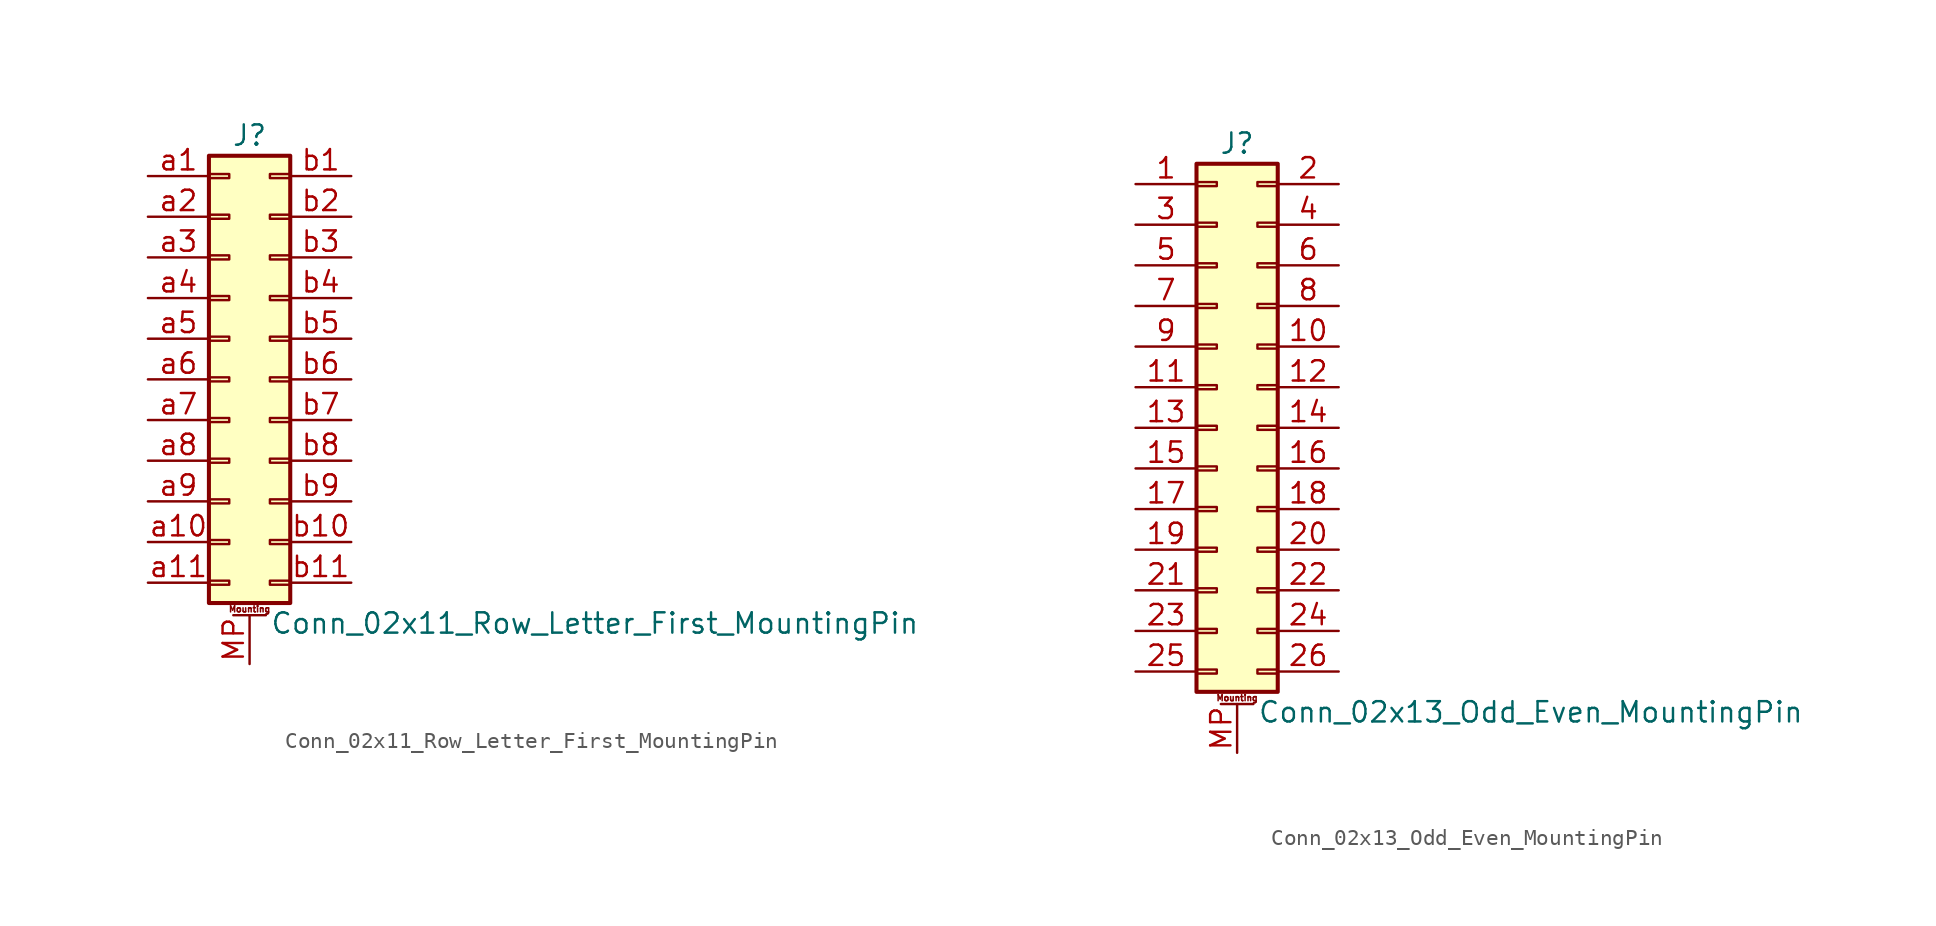
<source format=kicad_sym>
(kicad_symbol_lib
  (version 20201005)
  (generator kicad_symbol_editor)
  (symbol "Connector_Generic_MountingPin:Conn_02x11_Row_Letter_First_MountingPin"
    (pin_names
      (offset 1.016) hide)
    (property "Reference" "J"
      (at 1.27 15.24 0)
      (effects (font (size 1.27 1.27))))
    (property "Value" "Conn_02x11_Row_Letter_First_MountingPin"
      (at 2.54 -15.24 0)
      (effects (font (size 1.27 1.27)) (justify left)))
    (symbol "Conn_02x11_Row_Letter_First_MountingPin_1_1"
      (text "Mounting" (at 1.27 -14.351 0) (effects (font (size 0.381 0.381))))
      (rectangle (start -1.27 -4.953) (end 0 -5.207) (stroke (width 0.152)) (fill (type none)))
      (rectangle (start -1.27 -7.493) (end 0 -7.747) (stroke (width 0.152)) (fill (type none)))
      (rectangle (start -1.27 -10.033) (end 0 -10.287) (stroke (width 0.152)) (fill (type none)))
      (rectangle (start -1.27 -12.573) (end 0 -12.827) (stroke (width 0.152)) (fill (type none)))
      (rectangle (start -1.27 -2.413) (end 0 -2.667) (stroke (width 0.152)) (fill (type none)))
      (rectangle (start -1.27 2.667) (end 0 2.413) (stroke (width 0.152)) (fill (type none)))
      (rectangle (start -1.27 5.207) (end 0 4.953) (stroke (width 0.152)) (fill (type none)))
      (rectangle (start -1.27 7.747) (end 0 7.493) (stroke (width 0.152)) (fill (type none)))
      (rectangle (start -1.27 10.287) (end 0 10.033) (stroke (width 0.152)) (fill (type none)))
      (rectangle (start -1.27 0.127) (end 0 -0.127) (stroke (width 0.152)) (fill (type none)))
      (rectangle (start -1.27 12.827) (end 0 12.573) (stroke (width 0.152)) (fill (type none)))
      (rectangle (start -1.27 13.97) (end 3.81 -13.97) (stroke (width 0.254)) (fill (type background)))
      (rectangle (start 3.81 -4.953) (end 2.54 -5.207) (stroke (width 0.152)) (fill (type none)))
      (rectangle (start 3.81 -7.493) (end 2.54 -7.747) (stroke (width 0.152)) (fill (type none)))
      (rectangle (start 3.81 -10.033) (end 2.54 -10.287) (stroke (width 0.152)) (fill (type none)))
      (rectangle (start 3.81 -12.573) (end 2.54 -12.827) (stroke (width 0.152)) (fill (type none)))
      (rectangle (start 3.81 -2.413) (end 2.54 -2.667) (stroke (width 0.152)) (fill (type none)))
      (rectangle (start 3.81 2.667) (end 2.54 2.413) (stroke (width 0.152)) (fill (type none)))
      (rectangle (start 3.81 5.207) (end 2.54 4.953) (stroke (width 0.152)) (fill (type none)))
      (rectangle (start 3.81 7.747) (end 2.54 7.493) (stroke (width 0.152)) (fill (type none)))
      (rectangle (start 3.81 10.287) (end 2.54 10.033) (stroke (width 0.152)) (fill (type none)))
      (rectangle (start 3.81 0.127) (end 2.54 -0.127) (stroke (width 0.152)) (fill (type none)))
      (rectangle (start 3.81 12.827) (end 2.54 12.573) (stroke (width 0.152)) (fill (type none)))
      (polyline (pts (xy 0.254 -14.732) (xy 2.286 -14.732)) (stroke (width 0.152)) (fill (type none)))
      (pin passive line (at 1.27 -17.78 90) (length 3.048) (name "MountPin" (effects (font (size 1.27 1.27)))) (number "MP" (effects (font (size 1.27 1.27)))))
      (pin passive line (at -5.08 12.7 0) (length 3.81) (name "Pin_a1" (effects (font (size 1.27 1.27)))) (number "a1" (effects (font (size 1.27 1.27)))))
      (pin passive line (at -5.08 -10.16 0) (length 3.81) (name "Pin_a10" (effects (font (size 1.27 1.27)))) (number "a10" (effects (font (size 1.27 1.27)))))
      (pin passive line (at -5.08 -12.7 0) (length 3.81) (name "Pin_a11" (effects (font (size 1.27 1.27)))) (number "a11" (effects (font (size 1.27 1.27)))))
      (pin passive line (at -5.08 10.16 0) (length 3.81) (name "Pin_a2" (effects (font (size 1.27 1.27)))) (number "a2" (effects (font (size 1.27 1.27)))))
      (pin passive line (at -5.08 7.62 0) (length 3.81) (name "Pin_a3" (effects (font (size 1.27 1.27)))) (number "a3" (effects (font (size 1.27 1.27)))))
      (pin passive line (at -5.08 5.08 0) (length 3.81) (name "Pin_a4" (effects (font (size 1.27 1.27)))) (number "a4" (effects (font (size 1.27 1.27)))))
      (pin passive line (at -5.08 2.54 0) (length 3.81) (name "Pin_a5" (effects (font (size 1.27 1.27)))) (number "a5" (effects (font (size 1.27 1.27)))))
      (pin passive line (at -5.08 0 0) (length 3.81) (name "Pin_a6" (effects (font (size 1.27 1.27)))) (number "a6" (effects (font (size 1.27 1.27)))))
      (pin passive line (at -5.08 -2.54 0) (length 3.81) (name "Pin_a7" (effects (font (size 1.27 1.27)))) (number "a7" (effects (font (size 1.27 1.27)))))
      (pin passive line (at -5.08 -5.08 0) (length 3.81) (name "Pin_a8" (effects (font (size 1.27 1.27)))) (number "a8" (effects (font (size 1.27 1.27)))))
      (pin passive line (at -5.08 -7.62 0) (length 3.81) (name "Pin_a9" (effects (font (size 1.27 1.27)))) (number "a9" (effects (font (size 1.27 1.27)))))
      (pin passive line (at 7.62 12.7 180) (length 3.81) (name "Pin_b1" (effects (font (size 1.27 1.27)))) (number "b1" (effects (font (size 1.27 1.27)))))
      (pin passive line (at 7.62 -10.16 180) (length 3.81) (name "Pin_b10" (effects (font (size 1.27 1.27)))) (number "b10" (effects (font (size 1.27 1.27)))))
      (pin passive line (at 7.62 -12.7 180) (length 3.81) (name "Pin_b11" (effects (font (size 1.27 1.27)))) (number "b11" (effects (font (size 1.27 1.27)))))
      (pin passive line (at 7.62 10.16 180) (length 3.81) (name "Pin_b2" (effects (font (size 1.27 1.27)))) (number "b2" (effects (font (size 1.27 1.27)))))
      (pin passive line (at 7.62 7.62 180) (length 3.81) (name "Pin_b3" (effects (font (size 1.27 1.27)))) (number "b3" (effects (font (size 1.27 1.27)))))
      (pin passive line (at 7.62 5.08 180) (length 3.81) (name "Pin_b4" (effects (font (size 1.27 1.27)))) (number "b4" (effects (font (size 1.27 1.27)))))
      (pin passive line (at 7.62 2.54 180) (length 3.81) (name "Pin_b5" (effects (font (size 1.27 1.27)))) (number "b5" (effects (font (size 1.27 1.27)))))
      (pin passive line (at 7.62 0 180) (length 3.81) (name "Pin_b6" (effects (font (size 1.27 1.27)))) (number "b6" (effects (font (size 1.27 1.27)))))
      (pin passive line (at 7.62 -2.54 180) (length 3.81) (name "Pin_b7" (effects (font (size 1.27 1.27)))) (number "b7" (effects (font (size 1.27 1.27)))))
      (pin passive line (at 7.62 -5.08 180) (length 3.81) (name "Pin_b8" (effects (font (size 1.27 1.27)))) (number "b8" (effects (font (size 1.27 1.27)))))
      (pin passive line (at 7.62 -7.62 180) (length 3.81) (name "Pin_b9" (effects (font (size 1.27 1.27)))) (number "b9" (effects (font (size 1.27 1.27)))))))
  (symbol "Connector_Generic_MountingPin:Conn_02x13_Odd_Even_MountingPin"
    (pin_names
      (offset 1.016) hide)
    (property "Reference" "J"
      (at 1.27 17.78 0)
      (effects (font (size 1.27 1.27))))
    (property "Value" "Conn_02x13_Odd_Even_MountingPin"
      (at 2.54 -17.78 0)
      (effects (font (size 1.27 1.27)) (justify left)))
    (symbol "Conn_02x13_Odd_Even_MountingPin_1_1"
      (text "Mounting" (at 1.27 -16.891 0) (effects (font (size 0.381 0.381))))
      (rectangle (start -1.27 -4.953) (end 0 -5.207) (stroke (width 0.152)) (fill (type none)))
      (rectangle (start -1.27 -7.493) (end 0 -7.747) (stroke (width 0.152)) (fill (type none)))
      (rectangle (start -1.27 -10.033) (end 0 -10.287) (stroke (width 0.152)) (fill (type none)))
      (rectangle (start -1.27 -12.573) (end 0 -12.827) (stroke (width 0.152)) (fill (type none)))
      (rectangle (start -1.27 -15.113) (end 0 -15.367) (stroke (width 0.152)) (fill (type none)))
      (rectangle (start -1.27 -2.413) (end 0 -2.667) (stroke (width 0.152)) (fill (type none)))
      (rectangle (start -1.27 2.667) (end 0 2.413) (stroke (width 0.152)) (fill (type none)))
      (rectangle (start -1.27 5.207) (end 0 4.953) (stroke (width 0.152)) (fill (type none)))
      (rectangle (start -1.27 7.747) (end 0 7.493) (stroke (width 0.152)) (fill (type none)))
      (rectangle (start -1.27 10.287) (end 0 10.033) (stroke (width 0.152)) (fill (type none)))
      (rectangle (start -1.27 0.127) (end 0 -0.127) (stroke (width 0.152)) (fill (type none)))
      (rectangle (start -1.27 12.827) (end 0 12.573) (stroke (width 0.152)) (fill (type none)))
      (rectangle (start -1.27 15.367) (end 0 15.113) (stroke (width 0.152)) (fill (type none)))
      (rectangle (start -1.27 16.51) (end 3.81 -16.51) (stroke (width 0.254)) (fill (type background)))
      (rectangle (start 3.81 -4.953) (end 2.54 -5.207) (stroke (width 0.152)) (fill (type none)))
      (rectangle (start 3.81 -7.493) (end 2.54 -7.747) (stroke (width 0.152)) (fill (type none)))
      (rectangle (start 3.81 -10.033) (end 2.54 -10.287) (stroke (width 0.152)) (fill (type none)))
      (rectangle (start 3.81 -12.573) (end 2.54 -12.827) (stroke (width 0.152)) (fill (type none)))
      (rectangle (start 3.81 -15.113) (end 2.54 -15.367) (stroke (width 0.152)) (fill (type none)))
      (rectangle (start 3.81 -2.413) (end 2.54 -2.667) (stroke (width 0.152)) (fill (type none)))
      (rectangle (start 3.81 2.667) (end 2.54 2.413) (stroke (width 0.152)) (fill (type none)))
      (rectangle (start 3.81 5.207) (end 2.54 4.953) (stroke (width 0.152)) (fill (type none)))
      (rectangle (start 3.81 7.747) (end 2.54 7.493) (stroke (width 0.152)) (fill (type none)))
      (rectangle (start 3.81 10.287) (end 2.54 10.033) (stroke (width 0.152)) (fill (type none)))
      (rectangle (start 3.81 0.127) (end 2.54 -0.127) (stroke (width 0.152)) (fill (type none)))
      (rectangle (start 3.81 12.827) (end 2.54 12.573) (stroke (width 0.152)) (fill (type none)))
      (rectangle (start 3.81 15.367) (end 2.54 15.113) (stroke (width 0.152)) (fill (type none)))
      (polyline (pts (xy 0.254 -17.272) (xy 2.286 -17.272)) (stroke (width 0.152)) (fill (type none)))
      (pin passive line (at 1.27 -20.32 90) (length 3.048) (name "MountPin" (effects (font (size 1.27 1.27)))) (number "MP" (effects (font (size 1.27 1.27)))))
      (pin passive line (at -5.08 15.24 0) (length 3.81) (name "Pin_1" (effects (font (size 1.27 1.27)))) (number "1" (effects (font (size 1.27 1.27)))))
      (pin passive line (at 7.62 5.08 180) (length 3.81) (name "Pin_10" (effects (font (size 1.27 1.27)))) (number "10" (effects (font (size 1.27 1.27)))))
      (pin passive line (at -5.08 2.54 0) (length 3.81) (name "Pin_11" (effects (font (size 1.27 1.27)))) (number "11" (effects (font (size 1.27 1.27)))))
      (pin passive line (at 7.62 2.54 180) (length 3.81) (name "Pin_12" (effects (font (size 1.27 1.27)))) (number "12" (effects (font (size 1.27 1.27)))))
      (pin passive line (at -5.08 0 0) (length 3.81) (name "Pin_13" (effects (font (size 1.27 1.27)))) (number "13" (effects (font (size 1.27 1.27)))))
      (pin passive line (at 7.62 0 180) (length 3.81) (name "Pin_14" (effects (font (size 1.27 1.27)))) (number "14" (effects (font (size 1.27 1.27)))))
      (pin passive line (at -5.08 -2.54 0) (length 3.81) (name "Pin_15" (effects (font (size 1.27 1.27)))) (number "15" (effects (font (size 1.27 1.27)))))
      (pin passive line (at 7.62 -2.54 180) (length 3.81) (name "Pin_16" (effects (font (size 1.27 1.27)))) (number "16" (effects (font (size 1.27 1.27)))))
      (pin passive line (at -5.08 -5.08 0) (length 3.81) (name "Pin_17" (effects (font (size 1.27 1.27)))) (number "17" (effects (font (size 1.27 1.27)))))
      (pin passive line (at 7.62 -5.08 180) (length 3.81) (name "Pin_18" (effects (font (size 1.27 1.27)))) (number "18" (effects (font (size 1.27 1.27)))))
      (pin passive line (at -5.08 -7.62 0) (length 3.81) (name "Pin_19" (effects (font (size 1.27 1.27)))) (number "19" (effects (font (size 1.27 1.27)))))
      (pin passive line (at 7.62 15.24 180) (length 3.81) (name "Pin_2" (effects (font (size 1.27 1.27)))) (number "2" (effects (font (size 1.27 1.27)))))
      (pin passive line (at 7.62 -7.62 180) (length 3.81) (name "Pin_20" (effects (font (size 1.27 1.27)))) (number "20" (effects (font (size 1.27 1.27)))))
      (pin passive line (at -5.08 -10.16 0) (length 3.81) (name "Pin_21" (effects (font (size 1.27 1.27)))) (number "21" (effects (font (size 1.27 1.27)))))
      (pin passive line (at 7.62 -10.16 180) (length 3.81) (name "Pin_22" (effects (font (size 1.27 1.27)))) (number "22" (effects (font (size 1.27 1.27)))))
      (pin passive line (at -5.08 -12.7 0) (length 3.81) (name "Pin_23" (effects (font (size 1.27 1.27)))) (number "23" (effects (font (size 1.27 1.27)))))
      (pin passive line (at 7.62 -12.7 180) (length 3.81) (name "Pin_24" (effects (font (size 1.27 1.27)))) (number "24" (effects (font (size 1.27 1.27)))))
      (pin passive line (at -5.08 -15.24 0) (length 3.81) (name "Pin_25" (effects (font (size 1.27 1.27)))) (number "25" (effects (font (size 1.27 1.27)))))
      (pin passive line (at 7.62 -15.24 180) (length 3.81) (name "Pin_26" (effects (font (size 1.27 1.27)))) (number "26" (effects (font (size 1.27 1.27)))))
      (pin passive line (at -5.08 12.7 0) (length 3.81) (name "Pin_3" (effects (font (size 1.27 1.27)))) (number "3" (effects (font (size 1.27 1.27)))))
      (pin passive line (at 7.62 12.7 180) (length 3.81) (name "Pin_4" (effects (font (size 1.27 1.27)))) (number "4" (effects (font (size 1.27 1.27)))))
      (pin passive line (at -5.08 10.16 0) (length 3.81) (name "Pin_5" (effects (font (size 1.27 1.27)))) (number "5" (effects (font (size 1.27 1.27)))))
      (pin passive line (at 7.62 10.16 180) (length 3.81) (name "Pin_6" (effects (font (size 1.27 1.27)))) (number "6" (effects (font (size 1.27 1.27)))))
      (pin passive line (at -5.08 7.62 0) (length 3.81) (name "Pin_7" (effects (font (size 1.27 1.27)))) (number "7" (effects (font (size 1.27 1.27)))))
      (pin passive line (at 7.62 7.62 180) (length 3.81) (name "Pin_8" (effects (font (size 1.27 1.27)))) (number "8" (effects (font (size 1.27 1.27)))))
      (pin passive line (at -5.08 5.08 0) (length 3.81) (name "Pin_9" (effects (font (size 1.27 1.27)))) (number "9" (effects (font (size 1.27 1.27))))))))
</source>
